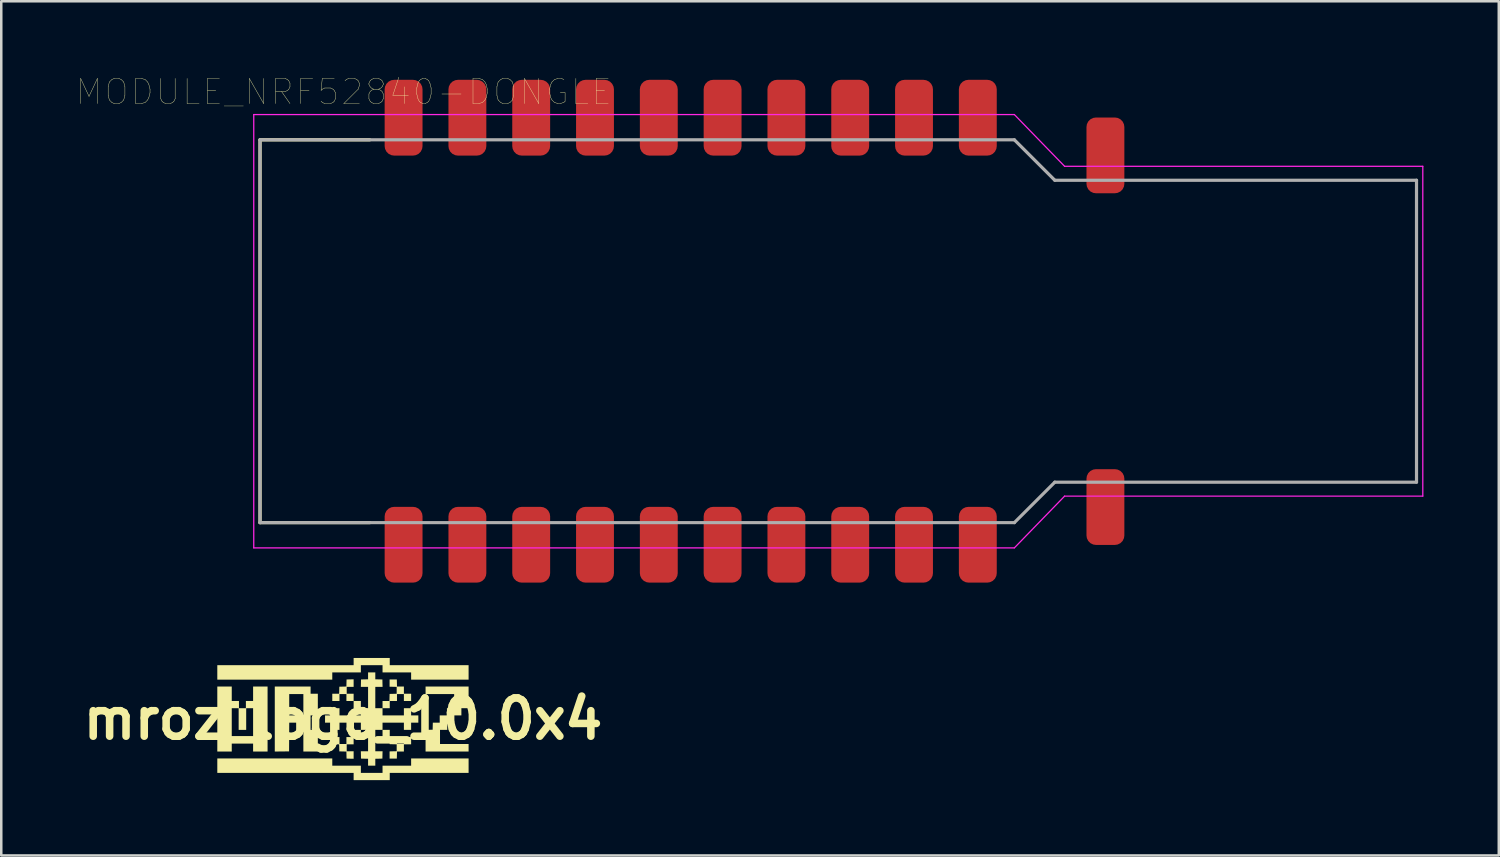
<source format=kicad_pcb>
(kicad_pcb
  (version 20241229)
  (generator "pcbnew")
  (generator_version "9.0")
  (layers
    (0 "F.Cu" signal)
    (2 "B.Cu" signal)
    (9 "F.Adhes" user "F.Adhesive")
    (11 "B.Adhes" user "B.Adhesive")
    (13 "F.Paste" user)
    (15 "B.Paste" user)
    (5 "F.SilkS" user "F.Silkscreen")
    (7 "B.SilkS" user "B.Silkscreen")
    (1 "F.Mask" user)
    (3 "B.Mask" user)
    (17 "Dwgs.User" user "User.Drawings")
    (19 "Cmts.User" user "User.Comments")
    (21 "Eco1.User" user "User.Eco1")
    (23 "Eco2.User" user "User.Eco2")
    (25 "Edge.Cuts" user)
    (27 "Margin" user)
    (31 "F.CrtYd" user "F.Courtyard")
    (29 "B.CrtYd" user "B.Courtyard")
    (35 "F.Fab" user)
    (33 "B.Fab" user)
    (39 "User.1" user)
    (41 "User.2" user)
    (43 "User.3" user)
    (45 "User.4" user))
  (footprint "MODULE_NRF52840-DONGLE"
    (layer "F.Cu")
    (at 30.322 10.136)
    (property "Reference" "MODULE_NRF52840-DONGLE" (at -19.685 -9.525 0) (layer "F.SilkS") (effects (font (size 1 1) (thickness 0.015))))
    (attr through_hole)
    (fp_line (start -23.02 -7.62) (end -23.02 7.62) (stroke (width 0.127) (type solid)) (layer "F.SilkS"))
    (fp_line (start -23.02 7.62) (end -18.65 7.62) (stroke (width 0.127) (type solid)) (layer "F.SilkS"))
    (fp_line (start -18.65 -7.62) (end -23.02 -7.62) (stroke (width 0.127) (type solid)) (layer "F.SilkS"))
    (fp_line (start -23.27 -8.625) (end 7.01 -8.625) (stroke (width 0.05) (type solid)) (layer "F.CrtYd"))
    (fp_line (start -23.27 8.625) (end -23.27 -8.625) (stroke (width 0.05) (type solid)) (layer "F.CrtYd"))
    (fp_line (start 7.01 -8.625) (end 9.01 -6.565) (stroke (width 0.05) (type solid)) (layer "F.CrtYd"))
    (fp_line (start 7.01 8.625) (end -23.27 8.625) (stroke (width 0.05) (type solid)) (layer "F.CrtYd"))
    (fp_line (start 9.01 -6.565) (end 23.27 -6.565) (stroke (width 0.05) (type solid)) (layer "F.CrtYd"))
    (fp_line (start 9.01 6.565) (end 7.01 8.625) (stroke (width 0.05) (type solid)) (layer "F.CrtYd"))
    (fp_line (start 23.27 -6.565) (end 23.27 6.565) (stroke (width 0.05) (type solid)) (layer "F.CrtYd"))
    (fp_line (start 23.27 6.565) (end 9.01 6.565) (stroke (width 0.05) (type solid)) (layer "F.CrtYd"))
    (fp_line (start -23.02 -7.62) (end 7.01 -7.62) (stroke (width 0.127) (type solid)) (layer "F.Fab"))
    (fp_line (start -23.02 7.62) (end -23.02 -7.62) (stroke (width 0.127) (type solid)) (layer "F.Fab"))
    (fp_line (start 7.01 7.62) (end -23.02 7.62) (stroke (width 0.127) (type solid)) (layer "F.Fab"))
    (fp_line (start 8.62 -6.01) (end 7.01 -7.62) (stroke (width 0.127) (type solid)) (layer "F.Fab"))
    (fp_line (start 8.62 6.01) (end 7.01 7.62) (stroke (width 0.127) (type solid)) (layer "F.Fab"))
    (fp_line (start 23.02 -6.01) (end 8.62 -6.01) (stroke (width 0.127) (type solid)) (layer "F.Fab"))
    (fp_line (start 23.02 -6.01) (end 23.02 6.01) (stroke (width 0.127) (type solid)) (layer "F.Fab"))
    (fp_line (start 23.02 6.01) (end 8.62 6.01) (stroke (width 0.127) (type solid)) (layer "F.Fab"))
    (pad "0.02" smd roundrect (at -7.145 8.5 90) (size 3.016 1.508) (layers "F.Cu" "F.Mask" "F.Paste") (roundrect_rratio 0.25))
    (pad "0.09" smd roundrect (at -12.225 -8.5 90) (size 3.016 1.508) (layers "F.Cu" "F.Mask" "F.Paste") (roundrect_rratio 0.25))
    (pad "0.10" smd roundrect (at -14.765 -8.5 90) (size 3.016 1.508) (layers "F.Cu" "F.Mask" "F.Paste") (roundrect_rratio 0.25))
    (pad "0.13" smd roundrect (at 5.555 -8.5 90) (size 3.016 1.508) (layers "F.Cu" "F.Mask" "F.Paste") (roundrect_rratio 0.25))
    (pad "0.15" smd roundrect (at 3.015 -8.5 90) (size 3.016 1.508) (layers "F.Cu" "F.Mask" "F.Paste") (roundrect_rratio 0.25))
    (pad "0.17" smd roundrect (at 0.475 -8.5 90) (size 3.016 1.508) (layers "F.Cu" "F.Mask" "F.Paste") (roundrect_rratio 0.25))
    (pad "0.20" smd roundrect (at -2.065 -8.5 90) (size 3.016 1.508) (layers "F.Cu" "F.Mask" "F.Paste") (roundrect_rratio 0.25))
    (pad "0.22" smd roundrect (at -4.605 -8.5 90) (size 3.016 1.508) (layers "F.Cu" "F.Mask" "F.Paste") (roundrect_rratio 0.25))
    (pad "0.24" smd roundrect (at -7.145 -8.5 90) (size 3.016 1.508) (layers "F.Cu" "F.Mask" "F.Paste") (roundrect_rratio 0.25))
    (pad "0.29" smd roundrect (at -4.605 8.5 90) (size 3.016 1.508) (layers "F.Cu" "F.Mask" "F.Paste") (roundrect_rratio 0.25))
    (pad "0.31" smd roundrect (at -2.065 8.5 90) (size 3.016 1.508) (layers "F.Cu" "F.Mask" "F.Paste") (roundrect_rratio 0.25))
    (pad "1.00" smd roundrect (at -9.685 -8.5 90) (size 3.016 1.508) (layers "F.Cu" "F.Mask" "F.Paste") (roundrect_rratio 0.25))
    (pad "1.10" smd roundrect (at -14.765 8.5 90) (size 3.016 1.508) (layers "F.Cu" "F.Mask" "F.Paste") (roundrect_rratio 0.25))
    (pad "1.13" smd roundrect (at -12.225 8.5 90) (size 3.016 1.508) (layers "F.Cu" "F.Mask" "F.Paste") (roundrect_rratio 0.25))
    (pad "1.15" smd roundrect (at -9.685 8.5 90) (size 3.016 1.508) (layers "F.Cu" "F.Mask" "F.Paste") (roundrect_rratio 0.25))
    (pad "G1" smd roundrect (at -17.305 -8.5 90) (size 3.016 1.508) (layers "F.Cu" "F.Mask" "F.Paste") (roundrect_rratio 0.25))
    (pad "G2" smd roundrect (at -17.305 8.5 90) (size 3.016 1.508) (layers "F.Cu" "F.Mask" "F.Paste") (roundrect_rratio 0.25))
    (pad "G3" smd roundrect (at 0.475 8.5 90) (size 3.016 1.508) (layers "F.Cu" "F.Mask" "F.Paste") (roundrect_rratio 0.25))
    (pad "OUT" smd roundrect (at 3.015 8.5 90) (size 3.016 1.508) (layers "F.Cu" "F.Mask" "F.Paste") (roundrect_rratio 0.25))
    (pad "SWDCLK" smd roundrect (at 10.635 7 90) (size 3.016 1.508) (layers "F.Cu" "F.Mask" "F.Paste") (roundrect_rratio 0.25))
    (pad "SWDIO" smd roundrect (at 10.635 -7 90) (size 3.016 1.508) (layers "F.Cu" "F.Mask" "F.Paste") (roundrect_rratio 0.25))
    (pad "VBUS" smd roundrect (at 5.555 8.5 90) (size 3.016 1.508) (layers "F.Cu" "F.Mask" "F.Paste") (roundrect_rratio 0.25)))
  (footprint "mroz_logo_10.0x4"
    (layer "F.Cu")
    (at 10.603 25.569)
    (property "Reference" "mroz_logo_10.0x4" (at 0 0 0) (layer "F.SilkS") (effects (font (size 1.524 1.524) (thickness 0.3))))
    (attr through_hole)
    (fp_poly (pts (xy 0.713 -0.425) (xy 0.425 -0.425) (xy 0.425 -0.713) (xy 0.713 -0.713)) (stroke (width 0) (type solid)) (fill yes) (layer "F.SilkS"))
    (fp_poly (pts (xy 0.713 0.725) (xy 0.425 0.725) (xy 0.425 0.438) (xy 0.713 0.438)) (stroke (width 0) (type solid)) (fill yes) (layer "F.SilkS"))
    (fp_poly (pts (xy -0.425 1.863) (xy 0.713 1.863) (xy 0.713 2.15) (xy 1.576 2.15) (xy 1.576 1.863) (xy 2.714 1.863) (xy 2.714 1.575) (xy 5.002 1.575) (xy 5.002 2.15) (xy 1.863 2.15) (xy 1.863 2.438) (xy 0.425 2.438) (xy 0.425 2.15) (xy -5.002 2.15) (xy -5.002 1.575) (xy -0.425 1.575)) (stroke (width 0) (type solid)) (fill yes) (layer "F.SilkS"))
    (fp_poly (pts (xy 1.863 -2.138) (xy 5.002 -2.138) (xy 5.002 -1.562) (xy 2.714 -1.562) (xy 2.714 -1.85) (xy 1.576 -1.85) (xy 1.576 -2.138) (xy 0.713 -2.138) (xy 0.713 -1.85) (xy -0.425 -1.85) (xy -0.425 -1.562) (xy -5.002 -1.562) (xy -5.002 -2.138) (xy 0.425 -2.138) (xy 0.425 -2.425) (xy 1.863 -2.425)) (stroke (width 0) (type solid)) (fill yes) (layer "F.SilkS"))
    (fp_poly (pts (xy 0.425 -1.275) (xy 0.15 -1.275) (xy 0.15 -1) (xy 0.425 -1) (xy 0.425 -0.713) (xy 0.138 -0.713) (xy 0.138 -0.988) (xy -0.138 -0.988) (xy -0.138 -0.713) (xy -0.425 -0.713) (xy -0.425 -1) (xy -0.151 -1) (xy -0.147 -1.141) (xy -0.144 -1.281) (xy 0.137 -1.288) (xy 0.14 -1.429) (xy 0.144 -1.569) (xy 0.285 -1.572) (xy 0.425 -1.576)) (stroke (width 0) (type solid)) (fill yes) (layer "F.SilkS"))
    (fp_poly (pts (xy -4.427 -0.713) (xy -4.14 -0.713) (xy -4.14 -0.425) (xy -3.864 -0.425) (xy -3.864 -0.713) (xy -3.577 -0.713) (xy -3.577 -1.288) (xy -3.001 -1.288) (xy -3.001 1.3) (xy -3.577 1.3) (xy -3.577 -0.425) (xy -3.852 -0.425) (xy -3.852 0.438) (xy -4.152 0.438) (xy -4.152 -0.425) (xy -4.427 -0.425) (xy -4.427 1.3) (xy -5.002 1.3) (xy -5.002 -1.288) (xy -4.427 -1.288)) (stroke (width 0) (type solid)) (fill yes) (layer "F.SilkS"))
    (fp_poly (pts (xy -0.138 1) (xy 0.138 1) (xy 0.138 0.725) (xy 0.425 0.725) (xy 0.425 1.012) (xy 0.15 1.012) (xy 0.15 1.288) (xy 0.425 1.288) (xy 0.425 1.588) (xy 0.285 1.585) (xy 0.144 1.581) (xy 0.14 1.441) (xy 0.137 1.301) (xy -0.004 1.297) (xy -0.144 1.294) (xy -0.147 1.153) (xy -0.151 1.012) (xy -0.425 1.012) (xy -0.425 0.725) (xy -0.138 0.725)) (stroke (width 0) (type solid)) (fill yes) (layer "F.SilkS"))
    (fp_poly (pts (xy 1.863 0.725) (xy 2.151 0.725) (xy 2.151 1) (xy 2.426 1) (xy 2.426 0.725) (xy 2.714 0.725) (xy 2.714 1.012) (xy 2.426 1.012) (xy 2.426 1.3) (xy 2.152 1.3) (xy 2.145 1.581) (xy 1.857 1.581) (xy 1.857 1.294) (xy 1.998 1.29) (xy 2.139 1.287) (xy 2.139 1.013) (xy 1.998 1.01) (xy 1.857 1.006) (xy 1.85 0.725) (xy 1.576 0.725) (xy 1.576 0.438) (xy 1.863 0.438)) (stroke (width 0) (type solid)) (fill yes) (layer "F.SilkS"))
    (fp_poly (pts (xy 2.152 -1.288) (xy 2.426 -1.288) (xy 2.426 -1) (xy 2.714 -1) (xy 2.714 -0.713) (xy 2.426 -0.713) (xy 2.426 -0.988) (xy 2.151 -0.988) (xy 2.151 -0.713) (xy 1.863 -0.713) (xy 1.863 -0.425) (xy 1.576 -0.425) (xy 1.576 -0.713) (xy 1.85 -0.713) (xy 1.857 -0.994) (xy 1.998 -0.997) (xy 2.139 -1.001) (xy 2.139 -1.274) (xy 1.998 -1.278) (xy 1.857 -1.281) (xy 1.857 -1.569) (xy 2.145 -1.569)) (stroke (width 0) (type solid)) (fill yes) (layer "F.SilkS"))
    (fp_poly (pts (xy -1.288 -1) (xy -1 -1) (xy -1 -0.138) (xy -1.288 -0.138) (xy -1.288 0.438) (xy -1 0.438) (xy -1 1.3) (xy -1.576 1.3) (xy -1.576 0.438) (xy -1.863 0.438) (xy -1.863 0.15) (xy -2.138 0.15) (xy -2.142 0.722) (xy -2.145 1.294) (xy -2.429 1.297) (xy -2.714 1.3) (xy -2.714 -0.988) (xy -2.139 -0.988) (xy -2.139 -0.138) (xy -1.576 -0.138) (xy -1.576 -0.988) (xy -2.139 -0.988) (xy -2.714 -0.988) (xy -2.714 -1.288) (xy -1.288 -1.288)) (stroke (width 0) (type solid)) (fill yes) (layer "F.SilkS"))
    (fp_poly (pts (xy 5.002 -0.425) (xy 4.715 -0.425) (xy 4.715 -0.138) (xy 4.427 -0.138) (xy 4.427 0.15) (xy 4.152 0.15) (xy 4.152 0.438) (xy 3.864 0.438) (xy 3.864 1) (xy 5.002 1) (xy 5.002 1.3) (xy 3.289 1.3) (xy 3.289 0.438) (xy 3.571 0.431) (xy 3.574 0.291) (xy 3.578 0.15) (xy 3.852 0.15) (xy 3.852 -0.138) (xy 4.14 -0.138) (xy 4.14 -0.425) (xy 4.427 -0.425) (xy 4.427 -0.988) (xy 3.289 -0.988) (xy 3.289 -1.288) (xy 5.002 -1.288)) (stroke (width 0) (type solid)) (fill yes) (layer "F.SilkS"))
    (fp_poly (pts (xy 0.713 0.15) (xy -0.138 0.15) (xy -0.138 0.438) (xy -0.425 0.438) (xy -0.425 0.15) (xy -0.713 0.15) (xy -0.713 -0.138) (xy -0.425 -0.138) (xy -0.425 -0.425) (xy -0.138 -0.425) (xy -0.138 -0.138) (xy 0.713 -0.138) (xy 0.713 -0.425) (xy 1 -0.425) (xy 1 -1.275) (xy 0.712 -1.275) (xy 0.716 -1.422) (xy 0.719 -1.569) (xy 0.86 -1.572) (xy 1 -1.576) (xy 1 -1.85) (xy 1.288 -1.85) (xy 1.288 -1.576) (xy 1.429 -1.572) (xy 1.57 -1.569) (xy 1.573 -1.422) (xy 1.577 -1.275) (xy 1.288 -1.275) (xy 1.288 -0.425) (xy 1.576 -0.425) (xy 1.576 -0.138) (xy 2.426 -0.138) (xy 2.426 -0.425) (xy 2.714 -0.425) (xy 2.714 -0.138) (xy 3.001 -0.138) (xy 3.001 0.15) (xy 2.714 0.15) (xy 2.714 0.438) (xy 2.426 0.438) (xy 2.426 0.15) (xy 1.576 0.15) (xy 1.576 0.438) (xy 1.288 0.438) (xy 1.288 1.288) (xy 1.577 1.288) (xy 1.573 1.434) (xy 1.57 1.581) (xy 1.429 1.585) (xy 1.288 1.588) (xy 1.288 1.863) (xy 1 1.863) (xy 1 1.588) (xy 0.86 1.585) (xy 0.719 1.581) (xy 0.716 1.434) (xy 0.712 1.288) (xy 1 1.288) (xy 1 0.438) (xy 0.713 0.438)) (stroke (width 0) (type solid)) (fill yes) (layer "F.SilkS")))
  (gr_rect
    (start -3 -3)
    (end 56.617 31.007)
    (stroke (width 0.1) (type default))
    (fill no)
    (layer "Edge.Cuts")))
</source>
